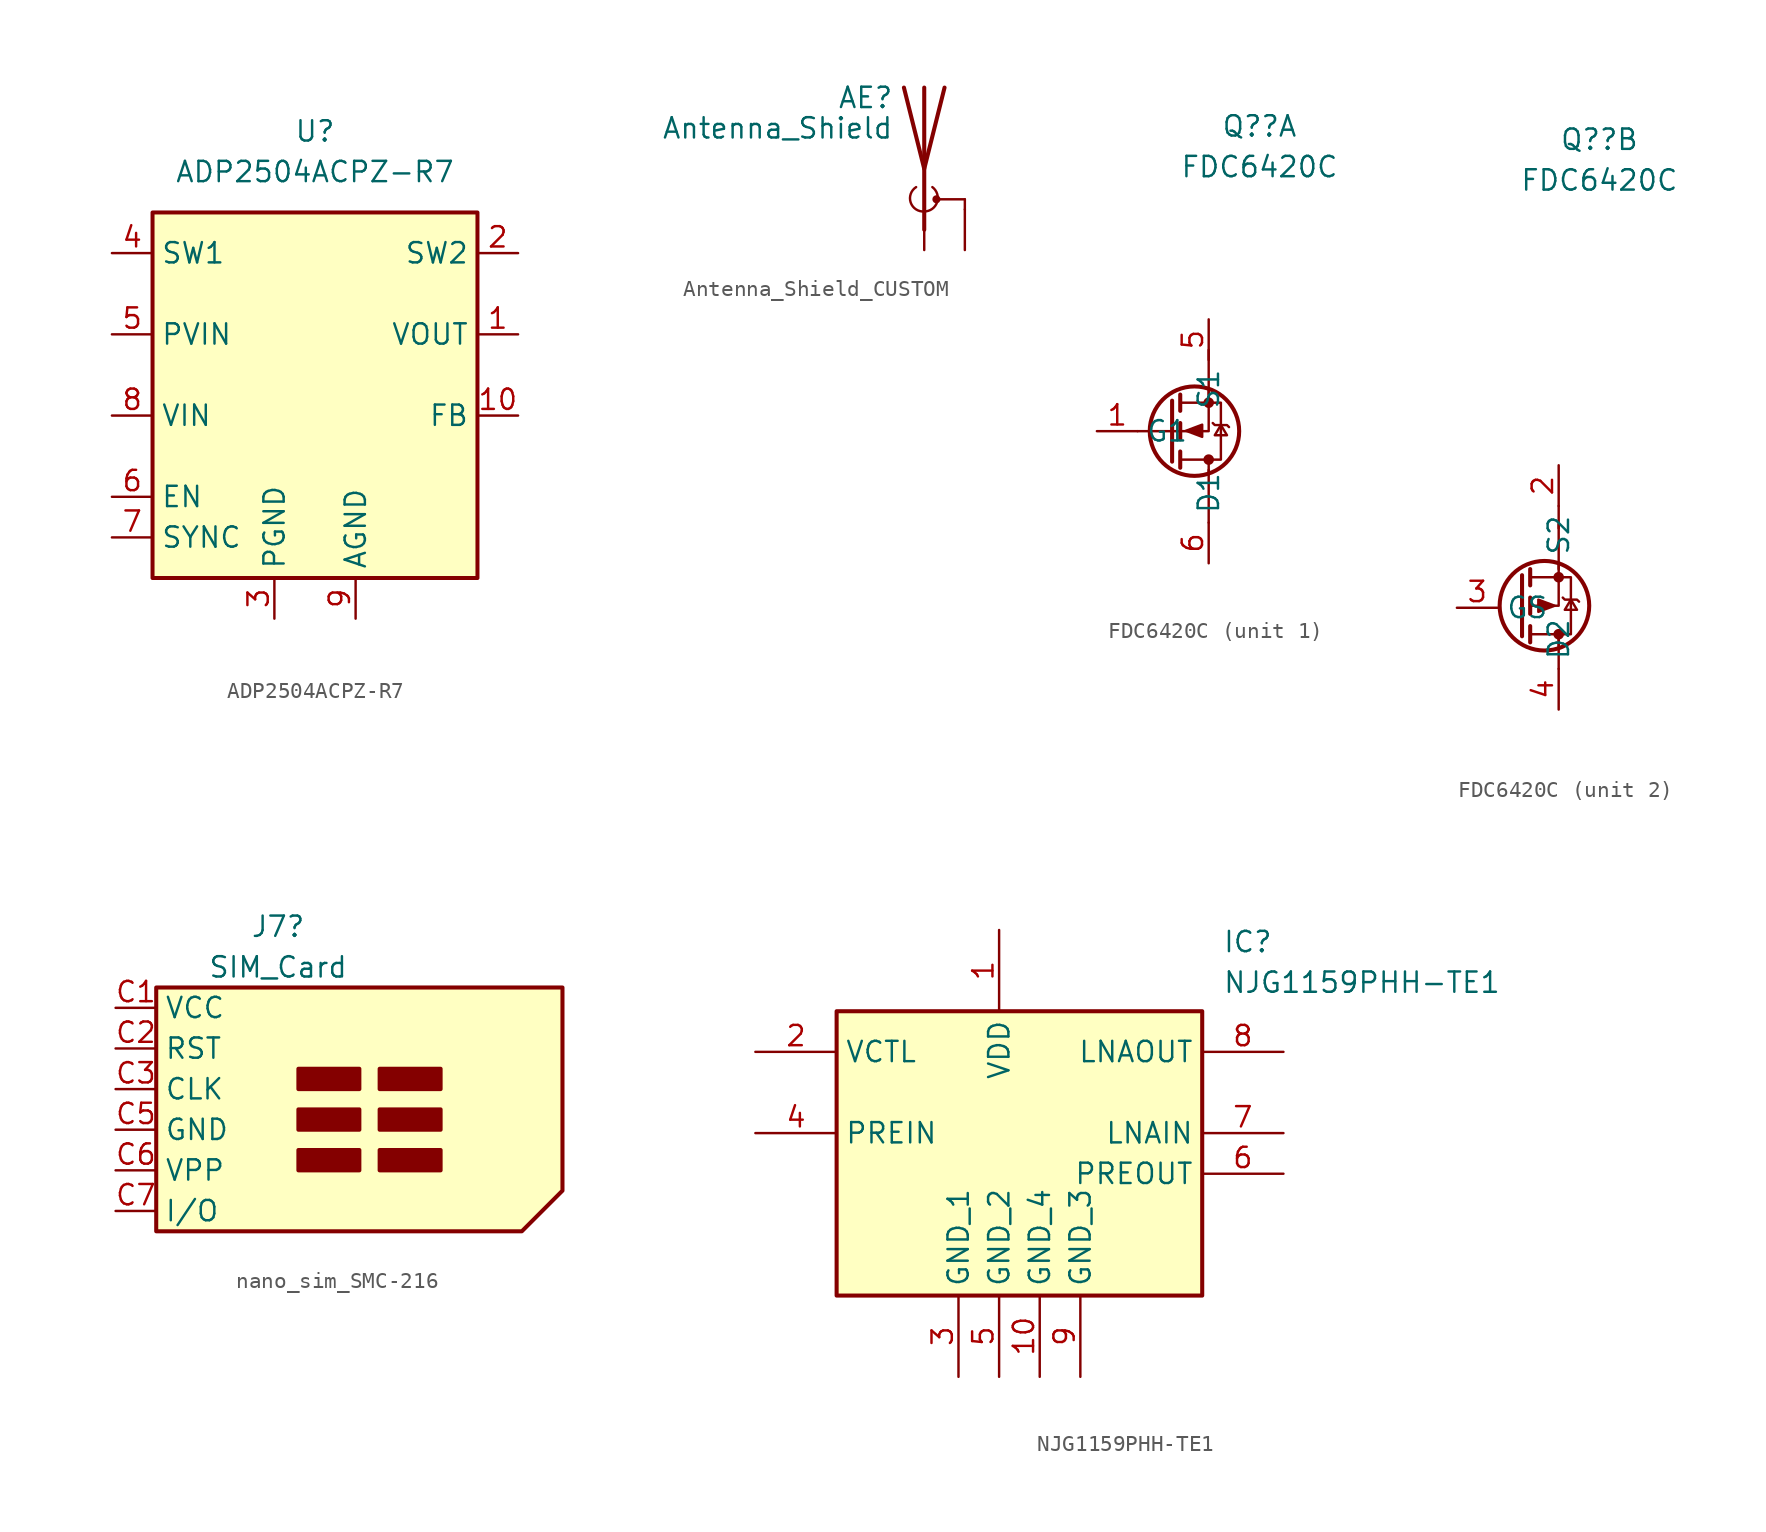
<source format=kicad_sym>
(kicad_symbol_lib
  (version 20220914)
  (generator kicad_symbol_editor)
  (symbol "ADP2504ACPZ-R7"
    (property "Reference" "U"
      (at 0 5.08 0)
      (effects (font (size 1.27 1.27))))
    (property "Value" "ADP2504ACPZ-R7"
      (at 0 2.54 0)
      (effects (font (size 1.27 1.27))))
    (symbol "ADP2504ACPZ-R7_0_0"
      (pin passive line (at 12.7 -7.62 180) (length 2.54) (name "VOUT" (effects (font (size 1.27 1.27)))) (number "1" (effects (font (size 1.27 1.27)))))
      (pin passive line (at 12.7 -12.7 180) (length 2.54) (name "FB" (effects (font (size 1.27 1.27)))) (number "10" (effects (font (size 1.27 1.27)))))
      (pin passive line (at 12.7 -2.54 180) (length 2.54) (name "SW2" (effects (font (size 1.27 1.27)))) (number "2" (effects (font (size 1.27 1.27)))))
      (pin power_in line (at -2.54 -25.4 90) (length 2.54) (name "PGND" (effects (font (size 1.27 1.27)))) (number "3" (effects (font (size 1.27 1.27)))))
      (pin passive line (at -12.7 -2.54 0) (length 2.54) (name "SW1" (effects (font (size 1.27 1.27)))) (number "4" (effects (font (size 1.27 1.27)))))
      (pin passive line (at -12.7 -7.62 0) (length 2.54) (name "PVIN" (effects (font (size 1.27 1.27)))) (number "5" (effects (font (size 1.27 1.27)))))
      (pin passive line (at -12.7 -17.78 0) (length 2.54) (name "EN" (effects (font (size 1.27 1.27)))) (number "6" (effects (font (size 1.27 1.27)))))
      (pin passive line (at -12.7 -20.32 0) (length 2.54) (name "SYNC" (effects (font (size 1.27 1.27)))) (number "7" (effects (font (size 1.27 1.27)))))
      (pin passive line (at -12.7 -12.7 0) (length 2.54) (name "VIN" (effects (font (size 1.27 1.27)))) (number "8" (effects (font (size 1.27 1.27)))))
      (pin power_out line (at 2.54 -25.4 90) (length 2.54) (name "AGND" (effects (font (size 1.27 1.27)))) (number "9" (effects (font (size 1.27 1.27))))))
    (symbol "ADP2504ACPZ-R7_1_1"
      (rectangle (start -10.16 0) (end 10.16 -22.86) (stroke (width 0.25) (type default)) (fill (type background)))))
  (symbol "Antenna_Shield_CUSTOM"
    (pin_numbers hide)
    (pin_names
      (offset 1.016) hide)
    (property "Reference" "AE"
      (at -1.905 4.445 0)
      (effects (font (size 1.27 1.27)) (justify right)))
    (property "Value" "Antenna_Shield"
      (at -1.905 2.54 0)
      (effects (font (size 1.27 1.27)) (justify right)))
    (symbol "Antenna_Shield_CUSTOM_0_1"
      (arc (start -0.508 -1.143) (mid -0.8429 -2.1194) (end 0 -2.667) (stroke (width 0) (type default)) (fill (type none)))
      (arc (start 0 -2.667) (mid 0.7989 -2.1052) (end 0.508 -1.143) (stroke (width 0) (type default)) (fill (type none)))
      (polyline (pts (xy 0 -2.54) (xy 0 0)) (stroke (width 0) (type default)) (fill (type none)))
      (polyline (pts (xy 0 5.08) (xy 0 -3.81)) (stroke (width 0.254) (type default)) (fill (type none)))
      (polyline (pts (xy 0.762 -1.905) (xy 2.54 -1.905)) (stroke (width 0) (type default)) (fill (type none)))
      (polyline (pts (xy 2.54 -2.54) (xy 2.54 -1.905)) (stroke (width 0) (type default)) (fill (type none)))
      (polyline (pts (xy 1.27 5.08) (xy 0 0) (xy -1.27 5.08)) (stroke (width 0.254) (type default)) (fill (type none)))
      (circle (center 0.762 -1.905) (radius 0.178) (stroke (width 0) (type default)) (fill (type outline))))
    (symbol "Antenna_Shield_CUSTOM_1_1"
      (pin input line (at 2.54 -5.08 90) (length 2.54) (name "A" (effects (font (size 1.27 1.27)))) (number "1" (effects (font (size 1.27 1.27)))))
      (pin input line (at 0 -5.08 90) (length 2.54) (name "Shield" (effects (font (size 1.27 1.27)))) (number "2" (effects (font (size 1.27 1.27)))))))
  (symbol "FDC6420C"
    (property "Reference" "Q?"
      (at 2.54 25.4 0)
      (effects (font (size 1.27 1.27))))
    (property "Value" "FDC6420C"
      (at 2.54 22.86 0)
      (effects (font (size 1.27 1.27))))
    (property "ki_locked" ""
      (at 0 0 0)
      (effects (font (size 1.27 1.27))))
    (symbol "FDC6420C_1_1"
      (circle (center -1.524 6.35) (radius 2.794) (stroke (width 0.254) (type default)) (fill (type none)))
      (circle (center -0.635 4.572) (radius 0.254) (stroke (width 0) (type default)) (fill (type outline)))
      (circle (center -0.635 8.128) (radius 0.254) (stroke (width 0) (type default)) (fill (type outline)))
      (polyline (pts (xy -5.08 6.35) (xy -2.54 6.35)) (stroke (width 0) (type default)) (fill (type none)))
      (polyline (pts (xy -2.921 4.445) (xy -2.921 8.255)) (stroke (width 0.254) (type default)) (fill (type none)))
      (polyline (pts (xy -2.413 4.064) (xy -2.413 5.08)) (stroke (width 0.254) (type default)) (fill (type none)))
      (polyline (pts (xy -2.413 5.842) (xy -2.413 6.858)) (stroke (width 0.254) (type default)) (fill (type none)))
      (polyline (pts (xy -2.413 7.62) (xy -2.413 8.636)) (stroke (width 0.254) (type default)) (fill (type none)))
      (polyline (pts (xy -0.635 3.81) (xy -0.635 4.572)) (stroke (width 0) (type default)) (fill (type none)))
      (polyline (pts (xy -0.635 3.937) (xy -0.635 0.635)) (stroke (width 0) (type default)) (fill (type none)))
      (polyline (pts (xy -0.635 8.636) (xy -0.635 11.43)) (stroke (width 0) (type default)) (fill (type none)))
      (polyline (pts (xy -0.635 8.89) (xy -0.635 6.35) (xy -2.413 6.35)) (stroke (width 0) (type default)) (fill (type none)))
      (polyline (pts (xy -2.413 8.128) (xy 0.127 8.128) (xy 0.127 4.572) (xy -2.413 4.572)) (stroke (width 0) (type default)) (fill (type none)))
      (polyline (pts (xy -2.057 6.375) (xy -1.041 5.994) (xy -1.041 6.756) (xy -2.057 6.375)) (stroke (width 0) (type default)) (fill (type outline)))
      (polyline (pts (xy -0.381 6.858) (xy -0.254 6.731) (xy 0.508 6.731) (xy 0.635 6.604)) (stroke (width 0) (type default)) (fill (type none)))
      (polyline (pts (xy 0.127 6.731) (xy -0.254 6.096) (xy 0.508 6.096) (xy 0.127 6.731)) (stroke (width 0) (type default)) (fill (type none)))
      (pin passive line (at -7.62 6.35 0) (length 2.54) (name "G1" (effects (font (size 1.27 1.27)))) (number "1" (effects (font (size 1.27 1.27)))))
      (pin passive line (at -0.635 13.335 270) (length 2.54) (name "S1" (effects (font (size 1.27 1.27)))) (number "5" (effects (font (size 1.27 1.27)))))
      (pin passive line (at -0.635 -1.905 90) (length 2.54) (name "D1" (effects (font (size 1.27 1.27)))) (number "6" (effects (font (size 1.27 1.27))))))
    (symbol "FDC6420C_2_1"
      (circle (center -0.889 -3.683) (radius 2.794) (stroke (width 0.254) (type default)) (fill (type none)))
      (circle (center 0 -5.461) (radius 0.254) (stroke (width 0) (type default)) (fill (type outline)))
      (circle (center 0 -1.905) (radius 0.254) (stroke (width 0) (type default)) (fill (type outline)))
      (polyline (pts (xy -2.286 -5.588) (xy -2.286 -1.778)) (stroke (width 0.254) (type default)) (fill (type none)))
      (polyline (pts (xy -1.778 -5.969) (xy -1.778 -4.953)) (stroke (width 0.254) (type default)) (fill (type none)))
      (polyline (pts (xy -1.778 -4.191) (xy -1.778 -3.175)) (stroke (width 0.254) (type default)) (fill (type none)))
      (polyline (pts (xy -1.778 -2.413) (xy -1.778 -1.397)) (stroke (width 0.254) (type default)) (fill (type none)))
      (polyline (pts (xy 0 -7.62) (xy 0 -5.715)) (stroke (width 0) (type default)) (fill (type none)))
      (polyline (pts (xy 0 -6.223) (xy 0 -5.461)) (stroke (width 0) (type default)) (fill (type none)))
      (polyline (pts (xy 0 -1.397) (xy 0 1.397)) (stroke (width 0) (type default)) (fill (type none)))
      (polyline (pts (xy 0 2.54) (xy 0 1.143)) (stroke (width 0) (type default)) (fill (type none)))
      (polyline (pts (xy 0 -1.143) (xy 0 -3.683) (xy -1.778 -3.683)) (stroke (width 0) (type default)) (fill (type none)))
      (polyline (pts (xy -1.778 -1.905) (xy 0.762 -1.905) (xy 0.762 -5.461) (xy -1.778 -5.461)) (stroke (width 0) (type default)) (fill (type none)))
      (polyline (pts (xy -0.254 -3.683) (xy -1.27 -4.064) (xy -1.27 -3.302) (xy -0.254 -3.683)) (stroke (width 0) (type default)) (fill (type outline)))
      (polyline (pts (xy 0.254 -3.175) (xy 0.381 -3.302) (xy 1.143 -3.302) (xy 1.27 -3.429)) (stroke (width 0) (type default)) (fill (type none)))
      (polyline (pts (xy 0.762 -3.302) (xy 0.381 -3.937) (xy 1.143 -3.937) (xy 0.762 -3.302)) (stroke (width 0) (type default)) (fill (type none)))
      (pin passive line (at 0 5.08 270) (length 2.54) (name "S2" (effects (font (size 1.27 1.27)))) (number "2" (effects (font (size 1.27 1.27)))))
      (pin passive line (at -6.35 -3.81 0) (length 2.54) (name "GS" (effects (font (size 1.27 1.27)))) (number "3" (effects (font (size 1.27 1.27)))))
      (pin passive line (at 0 -10.16 90) (length 2.54) (name "D2" (effects (font (size 1.27 1.27)))) (number "4" (effects (font (size 1.27 1.27)))))))
  (symbol "nano_sim_SMC-216"
    (property "Reference" "J7"
      (at -2.54 12.7 0)
      (effects (font (size 1.27 1.27))))
    (property "Value" "SIM_Card"
      (at -2.54 10.16 0)
      (effects (font (size 1.27 1.27))))
    (symbol "nano_sim_SMC-216_0_1"
      (rectangle (start -1.27 -2.54) (end 2.54 -1.27) (stroke (width 0.254) (type default)) (fill (type outline)))
      (rectangle (start -1.27 0) (end 2.54 1.27) (stroke (width 0.254) (type default)) (fill (type outline)))
      (rectangle (start -1.27 2.54) (end 2.54 3.81) (stroke (width 0.254) (type default)) (fill (type outline)))
      (polyline (pts (xy -10.16 8.89) (xy 15.24 8.89) (xy 15.24 -3.81) (xy 12.7 -6.35) (xy -10.16 -6.35) (xy -10.16 8.89)) (stroke (width 0.254) (type default)) (fill (type background)))
      (rectangle (start 3.81 -1.27) (end 7.62 -2.54) (stroke (width 0.254) (type default)) (fill (type outline)))
      (rectangle (start 3.81 0) (end 7.62 1.27) (stroke (width 0.254) (type default)) (fill (type outline)))
      (rectangle (start 3.81 2.54) (end 7.62 3.81) (stroke (width 0.254) (type default)) (fill (type outline))))
    (symbol "nano_sim_SMC-216_1_0"
      (pin bidirectional line (at -12.7 -5.08 0) (length 2.54) (name "I/O" (effects (font (size 1.27 1.27)))) (number "C7" (effects (font (size 1.27 1.27)))))
      (pin no_connect line (at 10.16 3.81 0) (length 2.54) hide (name "N/A" (effects (font (size 1.27 1.27)))) (number "C8" (effects (font (size 1.27 1.27))))))
    (symbol "nano_sim_SMC-216_1_1"
      (pin power_in line (at -12.7 7.62 0) (length 2.54) (name "VCC" (effects (font (size 1.27 1.27)))) (number "C1" (effects (font (size 1.27 1.27)))))
      (pin power_in line (at -12.7 5.08 0) (length 2.54) (name "RST" (effects (font (size 1.27 1.27)))) (number "C2" (effects (font (size 1.27 1.27)))))
      (pin input line (at -12.7 2.54 0) (length 2.54) (name "CLK" (effects (font (size 1.27 1.27)))) (number "C3" (effects (font (size 1.27 1.27)))))
      (pin no_connect line (at 10.16 0 0) (length 2.54) hide (name "N/A" (effects (font (size 1.27 1.27)))) (number "C4" (effects (font (size 1.27 1.27)))))
      (pin input line (at -12.7 0 0) (length 2.54) (name "GND" (effects (font (size 1.27 1.27)))) (number "C5" (effects (font (size 1.27 1.27)))))
      (pin bidirectional line (at -12.7 -2.54 0) (length 2.54) (name "VPP" (effects (font (size 1.27 1.27)))) (number "C6" (effects (font (size 1.27 1.27)))))))
  (symbol "NJG1159PHH-TE1"
    (property "Reference" "IC"
      (at 29.21 7.62 0)
      (effects (font (size 1.27 1.27)) (justify left top)))
    (property "Value" "NJG1159PHH-TE1"
      (at 29.21 5.08 0)
      (effects (font (size 1.27 1.27)) (justify left top)))
    (symbol "NJG1159PHH-TE1_1_1"
      (rectangle (start 5.08 2.54) (end 27.94 -15.24) (stroke (width 0.254) (type default)) (fill (type background)))
      (pin passive line (at 15.24 7.62 270) (length 5.08) (name "VDD" (effects (font (size 1.27 1.27)))) (number "1" (effects (font (size 1.27 1.27)))))
      (pin passive line (at 17.78 -20.32 90) (length 5.08) (name "GND_4" (effects (font (size 1.27 1.27)))) (number "10" (effects (font (size 1.27 1.27)))))
      (pin passive line (at 0 0 0) (length 5.08) (name "VCTL" (effects (font (size 1.27 1.27)))) (number "2" (effects (font (size 1.27 1.27)))))
      (pin passive line (at 12.7 -20.32 90) (length 5.08) (name "GND_1" (effects (font (size 1.27 1.27)))) (number "3" (effects (font (size 1.27 1.27)))))
      (pin passive line (at 0 -5.08 0) (length 5.08) (name "PREIN" (effects (font (size 1.27 1.27)))) (number "4" (effects (font (size 1.27 1.27)))))
      (pin passive line (at 15.24 -20.32 90) (length 5.08) (name "GND_2" (effects (font (size 1.27 1.27)))) (number "5" (effects (font (size 1.27 1.27)))))
      (pin passive line (at 33.02 -7.62 180) (length 5.08) (name "PREOUT" (effects (font (size 1.27 1.27)))) (number "6" (effects (font (size 1.27 1.27)))))
      (pin passive line (at 33.02 -5.08 180) (length 5.08) (name "LNAIN" (effects (font (size 1.27 1.27)))) (number "7" (effects (font (size 1.27 1.27)))))
      (pin passive line (at 33.02 0 180) (length 5.08) (name "LNAOUT" (effects (font (size 1.27 1.27)))) (number "8" (effects (font (size 1.27 1.27)))))
      (pin passive line (at 20.32 -20.32 90) (length 5.08) (name "GND_3" (effects (font (size 1.27 1.27)))) (number "9" (effects (font (size 1.27 1.27))))))))
</source>
